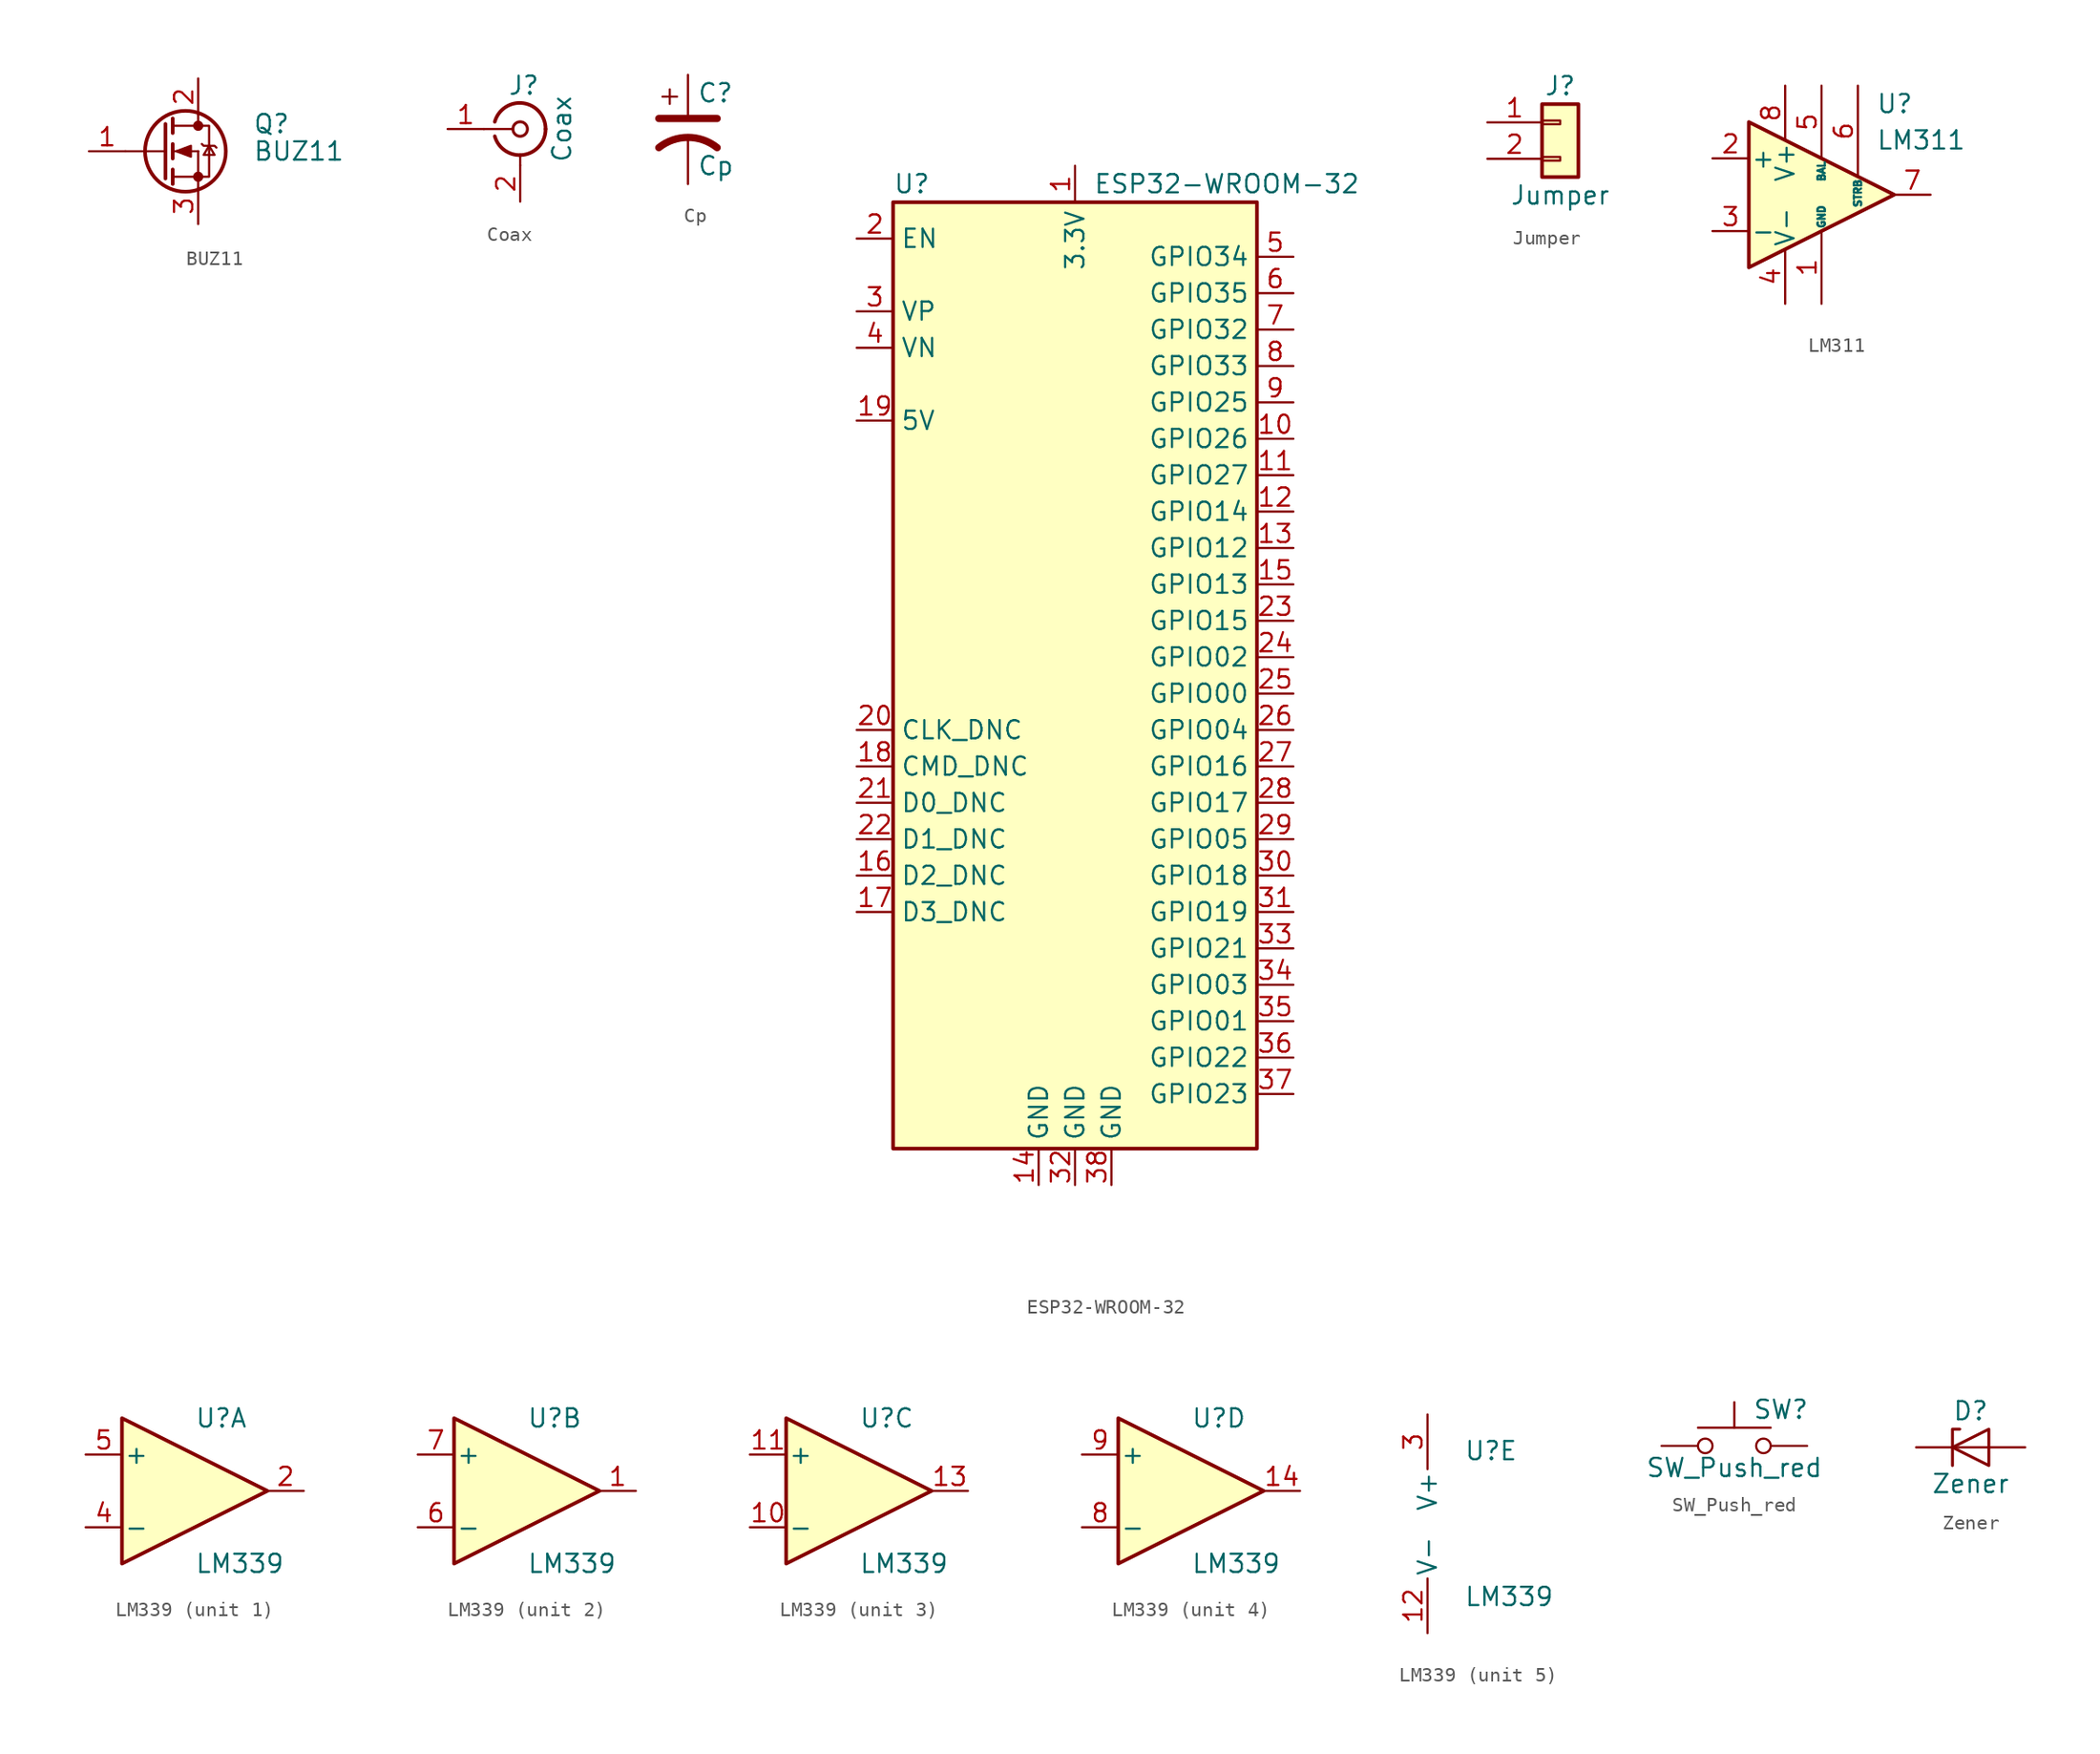
<source format=kicad_sym>
(kicad_symbol_lib
  (version 20231120)
  (generator "kicad_symbol_editor")
  (generator_version "8.0")
  (symbol "BUZ11"
    (pin_names
      (offset 0) hide)
    (property "Reference" "Q"
      (at 6.35 1.905 0)
      (effects (font (size 1.27 1.27)) (justify left)))
    (property "Value" "BUZ11"
      (at 6.35 0 0)
      (effects (font (size 1.27 1.27)) (justify left)))
    (symbol "BUZ11_0_1"
      (polyline (pts (xy 0.254 0) (xy -2.54 0)) (stroke (width 0) (type default)) (fill (type none)))
      (polyline (pts (xy 0.762 -1.778) (xy 2.54 -1.778)) (stroke (width 0) (type default)) (fill (type none)))
      (polyline (pts (xy 0.762 -1.27) (xy 0.762 -2.286)) (stroke (width 0.254) (type default)) (fill (type none)))
      (polyline (pts (xy 0.762 0) (xy 2.54 0)) (stroke (width 0) (type default)) (fill (type none)))
      (polyline (pts (xy 0.762 0.508) (xy 0.762 -0.508)) (stroke (width 0.254) (type default)) (fill (type none)))
      (polyline (pts (xy 0.762 1.778) (xy 2.54 1.778)) (stroke (width 0) (type default)) (fill (type none)))
      (polyline (pts (xy 0.762 2.286) (xy 0.762 1.27)) (stroke (width 0.254) (type default)) (fill (type none)))
      (polyline (pts (xy 2.54 -1.778) (xy 2.54 -2.54)) (stroke (width 0) (type default)) (fill (type none)))
      (polyline (pts (xy 2.54 -1.778) (xy 2.54 0)) (stroke (width 0) (type default)) (fill (type none)))
      (polyline (pts (xy 2.54 2.54) (xy 2.54 1.778)) (stroke (width 0) (type default)) (fill (type none)))
      (polyline (pts (xy 0.254 1.905) (xy 0.254 -1.905) (xy 0.254 -1.905)) (stroke (width 0.254) (type default)) (fill (type none)))
      (polyline (pts (xy 1.016 0) (xy 2.032 0.381) (xy 2.032 -0.381) (xy 1.016 0)) (stroke (width 0) (type default)) (fill (type outline)))
      (polyline (pts (xy 2.54 -1.778) (xy 3.302 -1.778) (xy 3.302 1.778) (xy 2.54 1.778)) (stroke (width 0) (type default)) (fill (type none)))
      (polyline (pts (xy 2.794 0.508) (xy 2.921 0.381) (xy 3.683 0.381) (xy 3.81 0.254)) (stroke (width 0) (type default)) (fill (type none)))
      (polyline (pts (xy 3.302 0.381) (xy 2.921 -0.254) (xy 3.683 -0.254) (xy 3.302 0.381)) (stroke (width 0) (type default)) (fill (type none)))
      (circle (center 1.651 0) (radius 2.819) (stroke (width 0.254) (type default)) (fill (type none)))
      (circle (center 2.54 -1.778) (radius 0.279) (stroke (width 0) (type default)) (fill (type outline)))
      (circle (center 2.54 1.778) (radius 0.279) (stroke (width 0) (type default)) (fill (type outline))))
    (symbol "BUZ11_1_1"
      (pin input line (at -5.08 0 0) (length 2.54) (name "G" (effects (font (size 1.27 1.27)))) (number "1" (effects (font (size 1.27 1.27)))))
      (pin passive line (at 2.54 5.08 270) (length 2.54) (name "D" (effects (font (size 1.27 1.27)))) (number "2" (effects (font (size 1.27 1.27)))))
      (pin passive line (at 2.54 -5.08 90) (length 2.54) (name "S" (effects (font (size 1.27 1.27)))) (number "3" (effects (font (size 1.27 1.27)))))))
  (symbol "Coax"
    (pin_names
      (offset 1.016) hide)
    (property "Reference" "J"
      (at 0.254 3.048 0)
      (effects (font (size 1.27 1.27))))
    (property "Value" "Coax"
      (at 2.921 0 90)
      (effects (font (size 1.27 1.27))))
    (symbol "Coax_0_1"
      (arc (start -1.778 -0.508) (mid 0.222 -1.808) (end 1.778 0) (stroke (width 0.254) (type default)) (fill (type none)))
      (polyline (pts (xy -2.54 0) (xy -0.508 0)) (stroke (width 0) (type default)) (fill (type none)))
      (polyline (pts (xy 0 -2.54) (xy 0 -1.778)) (stroke (width 0) (type default)) (fill (type none)))
      (circle (center 0 0) (radius 0.508) (stroke (width 0.203) (type default)) (fill (type none)))
      (arc (start 1.778 0) (mid 0.222 1.8083) (end -1.778 0.508) (stroke (width 0.254) (type default)) (fill (type none))))
    (symbol "Coax_1_1"
      (pin passive line (at -5.08 0 0) (length 2.54) (name "In" (effects (font (size 1.27 1.27)))) (number "1" (effects (font (size 1.27 1.27)))))
      (pin passive line (at 0 -5.08 90) (length 2.54) (name "Ext" (effects (font (size 1.27 1.27)))) (number "2" (effects (font (size 1.27 1.27)))))))
  (symbol "Cp"
    (pin_numbers hide)
    (pin_names
      (offset 0.254) hide)
    (property "Reference" "C"
      (at 0.635 2.54 0)
      (effects (font (size 1.27 1.27)) (justify left)))
    (property "Value" "Cp"
      (at 0.635 -2.54 0)
      (effects (font (size 1.27 1.27)) (justify left)))
    (symbol "Cp_0_1"
      (polyline (pts (xy -2.032 0.762) (xy 2.032 0.762)) (stroke (width 0.508) (type default)) (fill (type none)))
      (polyline (pts (xy -1.778 2.286) (xy -0.762 2.286)) (stroke (width 0) (type default)) (fill (type none)))
      (polyline (pts (xy -1.27 1.778) (xy -1.27 2.794)) (stroke (width 0) (type default)) (fill (type none)))
      (arc (start 2.032 -1.27) (mid 0 -0.5572) (end -2.032 -1.27) (stroke (width 0.508) (type default)) (fill (type none))))
    (symbol "Cp_1_1"
      (pin passive line (at 0 3.81 270) (length 2.794) (name "~" (effects (font (size 1.27 1.27)))) (number "1" (effects (font (size 1.27 1.27)))))
      (pin passive line (at 0 -3.81 90) (length 3.302) (name "~" (effects (font (size 1.27 1.27)))) (number "2" (effects (font (size 1.27 1.27)))))))
  (symbol "ESP32-WROOM-32"
    (property "Reference" "U"
      (at -12.7 34.29 0)
      (effects (font (size 1.27 1.27)) (justify left)))
    (property "Value" "ESP32-WROOM-32"
      (at 1.27 34.29 0)
      (effects (font (size 1.27 1.27)) (justify left)))
    (symbol "ESP32-WROOM-32_0_1"
      (rectangle (start -12.7 33.02) (end 12.7 -33.02) (stroke (width 0.254) (type default)) (fill (type background))))
    (symbol "ESP32-WROOM-32_1_1"
      (pin power_in line (at 0 35.56 270) (length 2.54) (name "3.3V" (effects (font (size 1.27 1.27)))) (number "1" (effects (font (size 1.27 1.27)))))
      (pin bidirectional line (at 15.24 16.51 180) (length 2.54) (name "GPIO26" (effects (font (size 1.27 1.27)))) (number "10" (effects (font (size 1.27 1.27)))))
      (pin bidirectional line (at 15.24 13.97 180) (length 2.54) (name "GPIO27" (effects (font (size 1.27 1.27)))) (number "11" (effects (font (size 1.27 1.27)))))
      (pin bidirectional line (at 15.24 11.43 180) (length 2.54) (name "GPIO14" (effects (font (size 1.27 1.27)))) (number "12" (effects (font (size 1.27 1.27)))))
      (pin bidirectional line (at 15.24 8.89 180) (length 2.54) (name "GPIO12" (effects (font (size 1.27 1.27)))) (number "13" (effects (font (size 1.27 1.27)))))
      (pin power_in line (at -2.54 -35.56 90) (length 2.54) (name "GND" (effects (font (size 1.27 1.27)))) (number "14" (effects (font (size 1.27 1.27)))))
      (pin bidirectional line (at 15.24 6.35 180) (length 2.54) (name "GPIO13" (effects (font (size 1.27 1.27)))) (number "15" (effects (font (size 1.27 1.27)))))
      (pin bidirectional line (at -15.24 -13.97 0) (length 2.54) (name "D2_DNC" (effects (font (size 1.27 1.27)))) (number "16" (effects (font (size 1.27 1.27)))))
      (pin bidirectional line (at -15.24 -16.51 0) (length 2.54) (name "D3_DNC" (effects (font (size 1.27 1.27)))) (number "17" (effects (font (size 1.27 1.27)))))
      (pin bidirectional line (at -15.24 -6.35 0) (length 2.54) (name "CMD_DNC" (effects (font (size 1.27 1.27)))) (number "18" (effects (font (size 1.27 1.27)))))
      (pin power_in line (at -15.24 17.78 0) (length 2.54) (name "5V" (effects (font (size 1.27 1.27)))) (number "19" (effects (font (size 1.27 1.27)))))
      (pin input line (at -15.24 30.48 0) (length 2.54) (name "EN" (effects (font (size 1.27 1.27)))) (number "2" (effects (font (size 1.27 1.27)))))
      (pin bidirectional line (at -15.24 -3.81 0) (length 2.54) (name "CLK_DNC" (effects (font (size 1.27 1.27)))) (number "20" (effects (font (size 1.27 1.27)))))
      (pin bidirectional line (at -15.24 -8.89 0) (length 2.54) (name "D0_DNC" (effects (font (size 1.27 1.27)))) (number "21" (effects (font (size 1.27 1.27)))))
      (pin bidirectional line (at -15.24 -11.43 0) (length 2.54) (name "D1_DNC" (effects (font (size 1.27 1.27)))) (number "22" (effects (font (size 1.27 1.27)))))
      (pin bidirectional line (at 15.24 3.81 180) (length 2.54) (name "GPIO15" (effects (font (size 1.27 1.27)))) (number "23" (effects (font (size 1.27 1.27)))))
      (pin bidirectional line (at 15.24 1.27 180) (length 2.54) (name "GPIO02" (effects (font (size 1.27 1.27)))) (number "24" (effects (font (size 1.27 1.27)))))
      (pin bidirectional line (at 15.24 -1.27 180) (length 2.54) (name "GPIO00" (effects (font (size 1.27 1.27)))) (number "25" (effects (font (size 1.27 1.27)))))
      (pin bidirectional line (at 15.24 -3.81 180) (length 2.54) (name "GPIO04" (effects (font (size 1.27 1.27)))) (number "26" (effects (font (size 1.27 1.27)))))
      (pin bidirectional line (at 15.24 -6.35 180) (length 2.54) (name "GPIO16" (effects (font (size 1.27 1.27)))) (number "27" (effects (font (size 1.27 1.27)))))
      (pin bidirectional line (at 15.24 -8.89 180) (length 2.54) (name "GPIO17" (effects (font (size 1.27 1.27)))) (number "28" (effects (font (size 1.27 1.27)))))
      (pin bidirectional line (at 15.24 -11.43 180) (length 2.54) (name "GPIO05" (effects (font (size 1.27 1.27)))) (number "29" (effects (font (size 1.27 1.27)))))
      (pin input line (at -15.24 25.4 0) (length 2.54) (name "VP" (effects (font (size 1.27 1.27)))) (number "3" (effects (font (size 1.27 1.27)))))
      (pin bidirectional line (at 15.24 -13.97 180) (length 2.54) (name "GPIO18" (effects (font (size 1.27 1.27)))) (number "30" (effects (font (size 1.27 1.27)))))
      (pin bidirectional line (at 15.24 -16.51 180) (length 2.54) (name "GPIO19" (effects (font (size 1.27 1.27)))) (number "31" (effects (font (size 1.27 1.27)))))
      (pin power_in line (at 0 -35.56 90) (length 2.54) (name "GND" (effects (font (size 1.27 1.27)))) (number "32" (effects (font (size 1.27 1.27)))))
      (pin bidirectional line (at 15.24 -19.05 180) (length 2.54) (name "GPIO21" (effects (font (size 1.27 1.27)))) (number "33" (effects (font (size 1.27 1.27)))))
      (pin bidirectional line (at 15.24 -21.59 180) (length 2.54) (name "GPIO03" (effects (font (size 1.27 1.27)))) (number "34" (effects (font (size 1.27 1.27)))))
      (pin bidirectional line (at 15.24 -24.13 180) (length 2.54) (name "GPIO01" (effects (font (size 1.27 1.27)))) (number "35" (effects (font (size 1.27 1.27)))))
      (pin bidirectional line (at 15.24 -26.67 180) (length 2.54) (name "GPIO22" (effects (font (size 1.27 1.27)))) (number "36" (effects (font (size 1.27 1.27)))))
      (pin bidirectional line (at 15.24 -29.21 180) (length 2.54) (name "GPIO23" (effects (font (size 1.27 1.27)))) (number "37" (effects (font (size 1.27 1.27)))))
      (pin power_in line (at 2.54 -35.56 90) (length 2.54) (name "GND" (effects (font (size 1.27 1.27)))) (number "38" (effects (font (size 1.27 1.27)))))
      (pin input line (at -15.24 22.86 0) (length 2.54) (name "VN" (effects (font (size 1.27 1.27)))) (number "4" (effects (font (size 1.27 1.27)))))
      (pin bidirectional line (at 15.24 29.21 180) (length 2.54) (name "GPIO34" (effects (font (size 1.27 1.27)))) (number "5" (effects (font (size 1.27 1.27)))))
      (pin bidirectional line (at 15.24 26.67 180) (length 2.54) (name "GPIO35" (effects (font (size 1.27 1.27)))) (number "6" (effects (font (size 1.27 1.27)))))
      (pin bidirectional line (at 15.24 24.13 180) (length 2.54) (name "GPIO32" (effects (font (size 1.27 1.27)))) (number "7" (effects (font (size 1.27 1.27)))))
      (pin bidirectional line (at 15.24 21.59 180) (length 2.54) (name "GPIO33" (effects (font (size 1.27 1.27)))) (number "8" (effects (font (size 1.27 1.27)))))
      (pin bidirectional line (at 15.24 19.05 180) (length 2.54) (name "GPIO25" (effects (font (size 1.27 1.27)))) (number "9" (effects (font (size 1.27 1.27)))))))
  (symbol "Jumper"
    (pin_names
      (offset 1.016) hide)
    (property "Reference" "J"
      (at 0 2.54 0)
      (effects (font (size 1.27 1.27))))
    (property "Value" "Jumper"
      (at 0 -5.08 0)
      (effects (font (size 1.27 1.27))))
    (symbol "Jumper_1_1"
      (rectangle (start -1.27 -2.413) (end 0 -2.667) (stroke (width 0.152) (type default)) (fill (type none)))
      (rectangle (start -1.27 0.127) (end 0 -0.127) (stroke (width 0.152) (type default)) (fill (type none)))
      (rectangle (start -1.27 1.27) (end 1.27 -3.81) (stroke (width 0.254) (type default)) (fill (type background)))
      (pin passive line (at -5.08 0 0) (length 3.81) (name "Pin_1" (effects (font (size 1.27 1.27)))) (number "1" (effects (font (size 1.27 1.27)))))
      (pin passive line (at -5.08 -2.54 0) (length 3.81) (name "Pin_2" (effects (font (size 1.27 1.27)))) (number "2" (effects (font (size 1.27 1.27)))))))
  (symbol "LM311"
    (pin_names
      (offset 0.127))
    (property "Reference" "U"
      (at 3.81 6.35 0)
      (effects (font (size 1.27 1.27)) (justify left)))
    (property "Value" "LM311"
      (at 3.81 3.81 0)
      (effects (font (size 1.27 1.27)) (justify left)))
    (symbol "LM311_0_1"
      (polyline (pts (xy 5.08 0) (xy -5.08 5.08) (xy -5.08 -5.08) (xy 5.08 0)) (stroke (width 0.254) (type default)) (fill (type background))))
    (symbol "LM311_1_1"
      (pin open_emitter line (at 0 -7.62 90) (length 5.08) (name "GND" (effects (font (size 0.508 0.508)))) (number "1" (effects (font (size 1.27 1.27)))))
      (pin input line (at -7.62 2.54 0) (length 2.54) (name "+" (effects (font (size 1.27 1.27)))) (number "2" (effects (font (size 1.27 1.27)))))
      (pin input line (at -7.62 -2.54 0) (length 2.54) (name "-" (effects (font (size 1.27 1.27)))) (number "3" (effects (font (size 1.27 1.27)))))
      (pin power_in line (at -2.54 -7.62 90) (length 3.81) (name "V-" (effects (font (size 1.27 1.27)))) (number "4" (effects (font (size 1.27 1.27)))))
      (pin passive line (at 0 7.62 270) (length 5.08) (name "BAL" (effects (font (size 0.508 0.508)))) (number "5" (effects (font (size 1.27 1.27)))))
      (pin passive line (at 2.54 7.62 270) (length 6.35) (name "STRB" (effects (font (size 0.508 0.508)))) (number "6" (effects (font (size 1.27 1.27)))))
      (pin open_collector line (at 7.62 0 180) (length 2.54) (name "~" (effects (font (size 1.27 1.27)))) (number "7" (effects (font (size 1.27 1.27)))))
      (pin power_in line (at -2.54 7.62 270) (length 3.81) (name "V+" (effects (font (size 1.27 1.27)))) (number "8" (effects (font (size 1.27 1.27)))))))
  (symbol "LM339"
    (pin_names
      (offset 0.127))
    (property "Reference" "U"
      (at 0 5.08 0)
      (effects (font (size 1.27 1.27)) (justify left)))
    (property "Value" "LM339"
      (at 0 -5.08 0)
      (effects (font (size 1.27 1.27)) (justify left)))
    (property "ki_locked" ""
      (at 0 0 0)
      (effects (font (size 1.27 1.27))))
    (symbol "LM339_1_1"
      (polyline (pts (xy -5.08 5.08) (xy 5.08 0) (xy -5.08 -5.08) (xy -5.08 5.08)) (stroke (width 0.254) (type default)) (fill (type background)))
      (pin open_collector line (at 7.62 0 180) (length 2.54) (name "~" (effects (font (size 1.27 1.27)))) (number "2" (effects (font (size 1.27 1.27)))))
      (pin input line (at -7.62 -2.54 0) (length 2.54) (name "-" (effects (font (size 1.27 1.27)))) (number "4" (effects (font (size 1.27 1.27)))))
      (pin input line (at -7.62 2.54 0) (length 2.54) (name "+" (effects (font (size 1.27 1.27)))) (number "5" (effects (font (size 1.27 1.27))))))
    (symbol "LM339_2_1"
      (polyline (pts (xy -5.08 5.08) (xy 5.08 0) (xy -5.08 -5.08) (xy -5.08 5.08)) (stroke (width 0.254) (type default)) (fill (type background)))
      (pin open_collector line (at 7.62 0 180) (length 2.54) (name "~" (effects (font (size 1.27 1.27)))) (number "1" (effects (font (size 1.27 1.27)))))
      (pin input line (at -7.62 -2.54 0) (length 2.54) (name "-" (effects (font (size 1.27 1.27)))) (number "6" (effects (font (size 1.27 1.27)))))
      (pin input line (at -7.62 2.54 0) (length 2.54) (name "+" (effects (font (size 1.27 1.27)))) (number "7" (effects (font (size 1.27 1.27))))))
    (symbol "LM339_3_1"
      (polyline (pts (xy -5.08 5.08) (xy 5.08 0) (xy -5.08 -5.08) (xy -5.08 5.08)) (stroke (width 0.254) (type default)) (fill (type background)))
      (pin input line (at -7.62 -2.54 0) (length 2.54) (name "-" (effects (font (size 1.27 1.27)))) (number "10" (effects (font (size 1.27 1.27)))))
      (pin input line (at -7.62 2.54 0) (length 2.54) (name "+" (effects (font (size 1.27 1.27)))) (number "11" (effects (font (size 1.27 1.27)))))
      (pin open_collector line (at 7.62 0 180) (length 2.54) (name "~" (effects (font (size 1.27 1.27)))) (number "13" (effects (font (size 1.27 1.27))))))
    (symbol "LM339_4_1"
      (polyline (pts (xy -5.08 5.08) (xy 5.08 0) (xy -5.08 -5.08) (xy -5.08 5.08)) (stroke (width 0.254) (type default)) (fill (type background)))
      (pin open_collector line (at 7.62 0 180) (length 2.54) (name "~" (effects (font (size 1.27 1.27)))) (number "14" (effects (font (size 1.27 1.27)))))
      (pin input line (at -7.62 -2.54 0) (length 2.54) (name "-" (effects (font (size 1.27 1.27)))) (number "8" (effects (font (size 1.27 1.27)))))
      (pin input line (at -7.62 2.54 0) (length 2.54) (name "+" (effects (font (size 1.27 1.27)))) (number "9" (effects (font (size 1.27 1.27))))))
    (symbol "LM339_5_1"
      (pin power_in line (at -2.54 -7.62 90) (length 3.81) (name "V-" (effects (font (size 1.27 1.27)))) (number "12" (effects (font (size 1.27 1.27)))))
      (pin power_in line (at -2.54 7.62 270) (length 3.81) (name "V+" (effects (font (size 1.27 1.27)))) (number "3" (effects (font (size 1.27 1.27)))))))
  (symbol "SW_Push_red"
    (pin_numbers hide)
    (pin_names
      (offset 1.016) hide)
    (property "Reference" "SW"
      (at 1.27 2.54 0)
      (effects (font (size 1.27 1.27)) (justify left)))
    (property "Value" "SW_Push_red"
      (at 0 -1.524 0)
      (effects (font (size 1.27 1.27))))
    (symbol "SW_Push_red_0_1"
      (circle (center -2.032 0) (radius 0.508) (stroke (width 0) (type default)) (fill (type none)))
      (polyline (pts (xy 0 1.27) (xy 0 3.048)) (stroke (width 0) (type default)) (fill (type none)))
      (polyline (pts (xy 2.54 1.27) (xy -2.54 1.27)) (stroke (width 0) (type default)) (fill (type none)))
      (circle (center 2.032 0) (radius 0.508) (stroke (width 0) (type default)) (fill (type none)))
      (pin passive line (at -5.08 0 0) (length 2.54) (name "1" (effects (font (size 1.27 1.27)))) (number "1" (effects (font (size 1.27 1.27)))))
      (pin passive line (at 5.08 0 180) (length 2.54) (name "2" (effects (font (size 1.27 1.27)))) (number "2" (effects (font (size 1.27 1.27)))))))
  (symbol "Zener"
    (pin_numbers hide)
    (pin_names
      (offset 1.016) hide)
    (property "Reference" "D"
      (at 0 2.54 0)
      (effects (font (size 1.27 1.27))))
    (property "Value" "Zener"
      (at 0 -2.54 0)
      (effects (font (size 1.27 1.27))))
    (symbol "Zener_0_1"
      (polyline (pts (xy 1.27 0) (xy -1.27 0)) (stroke (width 0) (type default)) (fill (type none)))
      (polyline (pts (xy -1.27 -1.27) (xy -1.27 1.27) (xy -0.762 1.27)) (stroke (width 0.203) (type default)) (fill (type none)))
      (polyline (pts (xy 1.27 -1.27) (xy 1.27 1.27) (xy -1.27 0) (xy 1.27 -1.27)) (stroke (width 0.203) (type default)) (fill (type none))))
    (symbol "Zener_1_1"
      (pin passive line (at -3.81 0 0) (length 2.54) (name "K" (effects (font (size 1.27 1.27)))) (number "1" (effects (font (size 1.27 1.27)))))
      (pin passive line (at 3.81 0 180) (length 2.54) (name "A" (effects (font (size 1.27 1.27)))) (number "2" (effects (font (size 1.27 1.27))))))))
</source>
